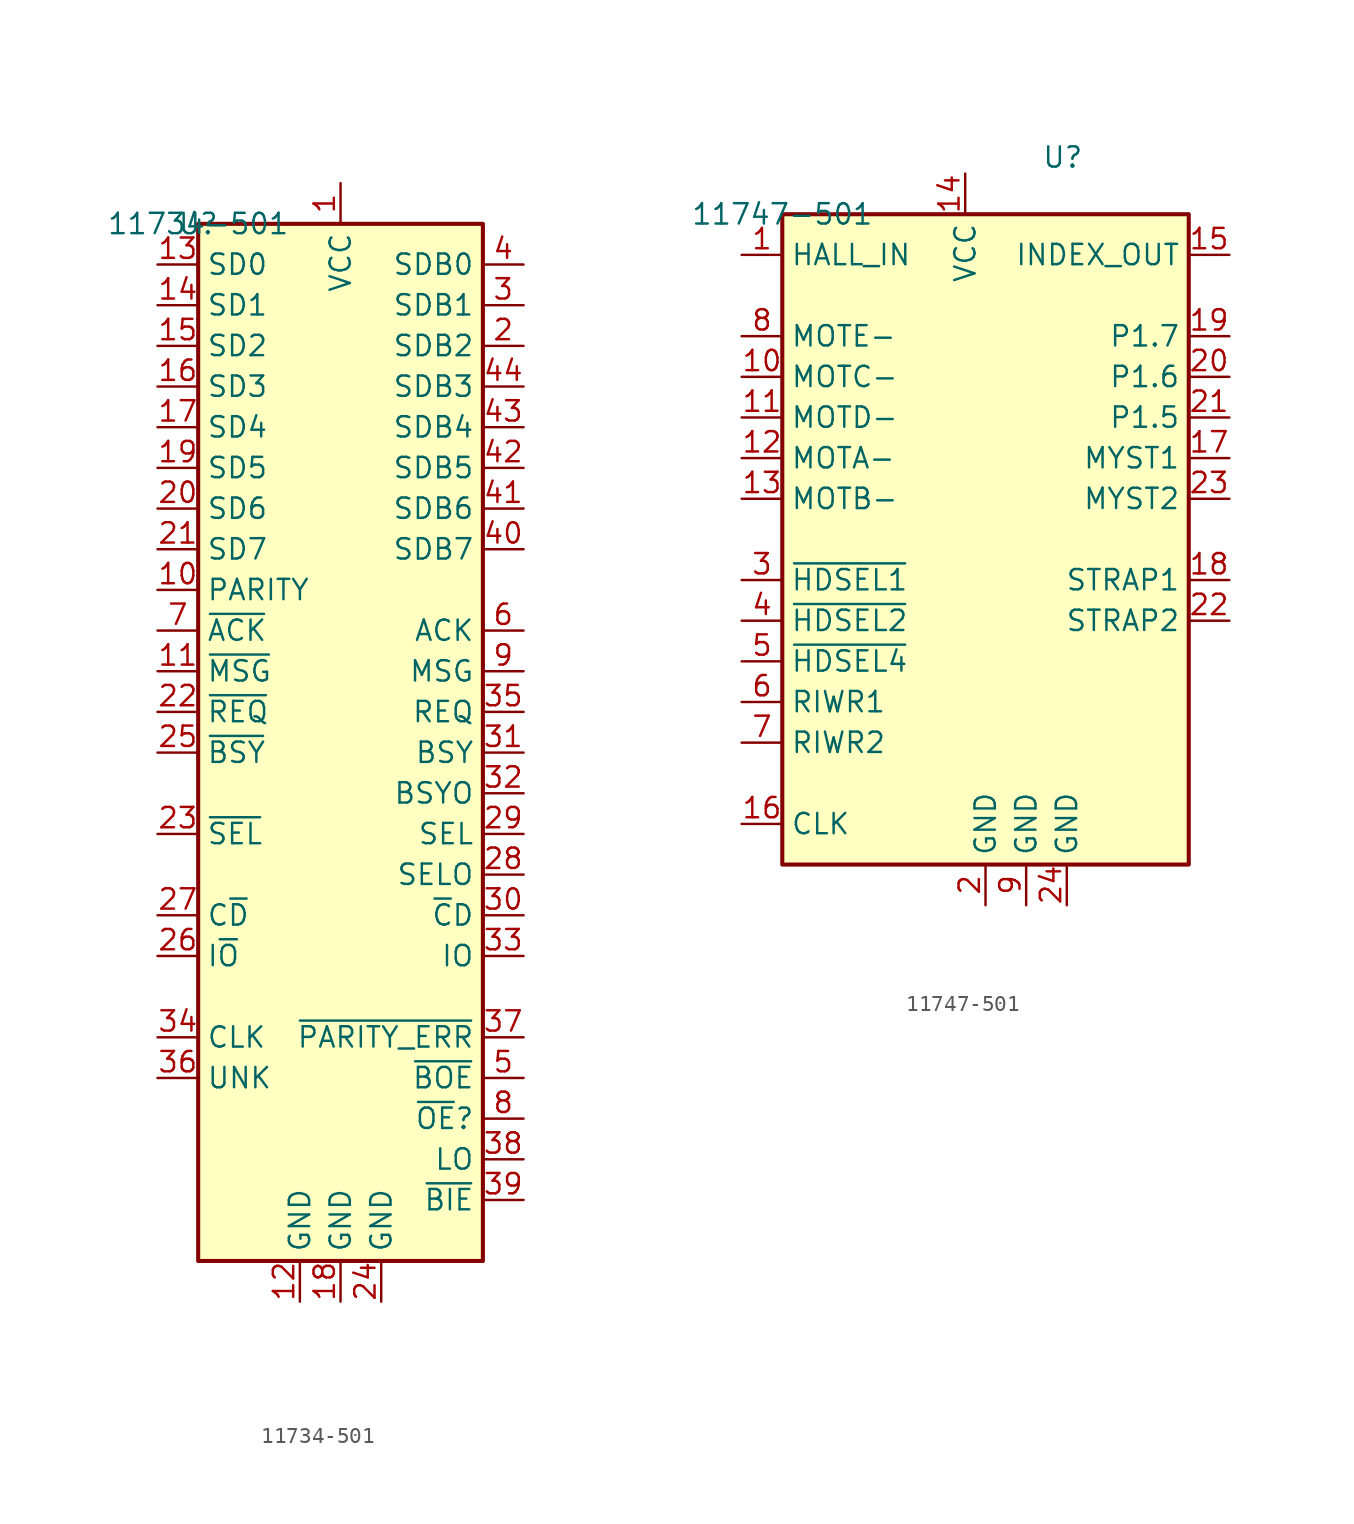
<source format=kicad_sym>
(kicad_symbol_lib
  (version 20231120)
  (generator "kicad_symbol_editor")
  (generator_version "8.0")
  (symbol "11734-501"
    (property "Reference" "U"
      (at 0 0 0)
      (effects (font (size 1.27 1.27))))
    (property "Value" "11734-501"
      (at 0 0 0)
      (effects (font (size 1.27 1.27))))
    (symbol "11734-501_1_1"
      (rectangle (start 0 0) (end 17.78 -64.77) (stroke (width 0.254) (type default)) (fill (type background)))
      (pin power_in line (at 8.89 2.54 270) (length 2.54) (name "VCC" (effects (font (size 1.27 1.27)))) (number "1" (effects (font (size 1.27 1.27)))))
      (pin bidirectional line (at -2.54 -22.86 0) (length 2.54) (name "PARITY" (effects (font (size 1.27 1.27)))) (number "10" (effects (font (size 1.27 1.27)))))
      (pin bidirectional line (at -2.54 -27.94 0) (length 2.54) (name "~{MSG}" (effects (font (size 1.27 1.27)))) (number "11" (effects (font (size 1.27 1.27)))))
      (pin power_in line (at 6.35 -67.31 90) (length 2.54) (name "GND" (effects (font (size 1.27 1.27)))) (number "12" (effects (font (size 1.27 1.27)))))
      (pin bidirectional line (at -2.54 -2.54 0) (length 2.54) (name "SD0" (effects (font (size 1.27 1.27)))) (number "13" (effects (font (size 1.27 1.27)))))
      (pin bidirectional line (at -2.54 -5.08 0) (length 2.54) (name "SD1" (effects (font (size 1.27 1.27)))) (number "14" (effects (font (size 1.27 1.27)))))
      (pin bidirectional line (at -2.54 -7.62 0) (length 2.54) (name "SD2" (effects (font (size 1.27 1.27)))) (number "15" (effects (font (size 1.27 1.27)))))
      (pin bidirectional line (at -2.54 -10.16 0) (length 2.54) (name "SD3" (effects (font (size 1.27 1.27)))) (number "16" (effects (font (size 1.27 1.27)))))
      (pin bidirectional line (at -2.54 -12.7 0) (length 2.54) (name "SD4" (effects (font (size 1.27 1.27)))) (number "17" (effects (font (size 1.27 1.27)))))
      (pin power_in line (at 8.89 -67.31 90) (length 2.54) (name "GND" (effects (font (size 1.27 1.27)))) (number "18" (effects (font (size 1.27 1.27)))))
      (pin bidirectional line (at -2.54 -15.24 0) (length 2.54) (name "SD5" (effects (font (size 1.27 1.27)))) (number "19" (effects (font (size 1.27 1.27)))))
      (pin bidirectional line (at 20.32 -7.62 180) (length 2.54) (name "SDB2" (effects (font (size 1.27 1.27)))) (number "2" (effects (font (size 1.27 1.27)))))
      (pin bidirectional line (at -2.54 -17.78 0) (length 2.54) (name "SD6" (effects (font (size 1.27 1.27)))) (number "20" (effects (font (size 1.27 1.27)))))
      (pin bidirectional line (at -2.54 -20.32 0) (length 2.54) (name "SD7" (effects (font (size 1.27 1.27)))) (number "21" (effects (font (size 1.27 1.27)))))
      (pin bidirectional line (at -2.54 -30.48 0) (length 2.54) (name "~{REQ}" (effects (font (size 1.27 1.27)))) (number "22" (effects (font (size 1.27 1.27)))))
      (pin bidirectional line (at -2.54 -38.1 0) (length 2.54) (name "~{SEL}" (effects (font (size 1.27 1.27)))) (number "23" (effects (font (size 1.27 1.27)))))
      (pin power_in line (at 11.43 -67.31 90) (length 2.54) (name "GND" (effects (font (size 1.27 1.27)))) (number "24" (effects (font (size 1.27 1.27)))))
      (pin bidirectional line (at -2.54 -33.02 0) (length 2.54) (name "~{BSY}" (effects (font (size 1.27 1.27)))) (number "25" (effects (font (size 1.27 1.27)))))
      (pin bidirectional line (at -2.54 -45.72 0) (length 2.54) (name "I~{O}" (effects (font (size 1.27 1.27)))) (number "26" (effects (font (size 1.27 1.27)))))
      (pin bidirectional line (at -2.54 -43.18 0) (length 2.54) (name "C~{D}" (effects (font (size 1.27 1.27)))) (number "27" (effects (font (size 1.27 1.27)))))
      (pin bidirectional line (at 20.32 -40.64 180) (length 2.54) (name "SELO" (effects (font (size 1.27 1.27)))) (number "28" (effects (font (size 1.27 1.27)))))
      (pin bidirectional line (at 20.32 -38.1 180) (length 2.54) (name "SEL" (effects (font (size 1.27 1.27)))) (number "29" (effects (font (size 1.27 1.27)))))
      (pin bidirectional line (at 20.32 -5.08 180) (length 2.54) (name "SDB1" (effects (font (size 1.27 1.27)))) (number "3" (effects (font (size 1.27 1.27)))))
      (pin bidirectional line (at 20.32 -43.18 180) (length 2.54) (name "~{C}D" (effects (font (size 1.27 1.27)))) (number "30" (effects (font (size 1.27 1.27)))))
      (pin bidirectional line (at 20.32 -33.02 180) (length 2.54) (name "BSY" (effects (font (size 1.27 1.27)))) (number "31" (effects (font (size 1.27 1.27)))))
      (pin bidirectional line (at 20.32 -35.56 180) (length 2.54) (name "BSYO" (effects (font (size 1.27 1.27)))) (number "32" (effects (font (size 1.27 1.27)))))
      (pin bidirectional line (at 20.32 -45.72 180) (length 2.54) (name "IO" (effects (font (size 1.27 1.27)))) (number "33" (effects (font (size 1.27 1.27)))))
      (pin input line (at -2.54 -50.8 0) (length 2.54) (name "CLK" (effects (font (size 1.27 1.27)))) (number "34" (effects (font (size 1.27 1.27)))))
      (pin bidirectional line (at 20.32 -30.48 180) (length 2.54) (name "REQ" (effects (font (size 1.27 1.27)))) (number "35" (effects (font (size 1.27 1.27)))))
      (pin input line (at -2.54 -53.34 0) (length 2.54) (name "UNK" (effects (font (size 1.27 1.27)))) (number "36" (effects (font (size 1.27 1.27)))))
      (pin output line (at 20.32 -50.8 180) (length 2.54) (name "~{PARITY_ERR}" (effects (font (size 1.27 1.27)))) (number "37" (effects (font (size 1.27 1.27)))))
      (pin unspecified line (at 20.32 -58.42 180) (length 2.54) (name "LO" (effects (font (size 1.27 1.27)))) (number "38" (effects (font (size 1.27 1.27)))))
      (pin input line (at 20.32 -60.96 180) (length 2.54) (name "~{BIE}" (effects (font (size 1.27 1.27)))) (number "39" (effects (font (size 1.27 1.27)))))
      (pin bidirectional line (at 20.32 -2.54 180) (length 2.54) (name "SDB0" (effects (font (size 1.27 1.27)))) (number "4" (effects (font (size 1.27 1.27)))))
      (pin bidirectional line (at 20.32 -20.32 180) (length 2.54) (name "SDB7" (effects (font (size 1.27 1.27)))) (number "40" (effects (font (size 1.27 1.27)))))
      (pin bidirectional line (at 20.32 -17.78 180) (length 2.54) (name "SDB6" (effects (font (size 1.27 1.27)))) (number "41" (effects (font (size 1.27 1.27)))))
      (pin bidirectional line (at 20.32 -15.24 180) (length 2.54) (name "SDB5" (effects (font (size 1.27 1.27)))) (number "42" (effects (font (size 1.27 1.27)))))
      (pin bidirectional line (at 20.32 -12.7 180) (length 2.54) (name "SDB4" (effects (font (size 1.27 1.27)))) (number "43" (effects (font (size 1.27 1.27)))))
      (pin bidirectional line (at 20.32 -10.16 180) (length 2.54) (name "SDB3" (effects (font (size 1.27 1.27)))) (number "44" (effects (font (size 1.27 1.27)))))
      (pin input line (at 20.32 -53.34 180) (length 2.54) (name "~{BOE}" (effects (font (size 1.27 1.27)))) (number "5" (effects (font (size 1.27 1.27)))))
      (pin bidirectional line (at 20.32 -25.4 180) (length 2.54) (name "ACK" (effects (font (size 1.27 1.27)))) (number "6" (effects (font (size 1.27 1.27)))))
      (pin bidirectional line (at -2.54 -25.4 0) (length 2.54) (name "~{ACK}" (effects (font (size 1.27 1.27)))) (number "7" (effects (font (size 1.27 1.27)))))
      (pin input line (at 20.32 -55.88 180) (length 2.54) (name "~{OE}?" (effects (font (size 1.27 1.27)))) (number "8" (effects (font (size 1.27 1.27)))))
      (pin bidirectional line (at 20.32 -27.94 180) (length 2.54) (name "MSG" (effects (font (size 1.27 1.27)))) (number "9" (effects (font (size 1.27 1.27)))))))
  (symbol "11747-501"
    (property "Reference" "U"
      (at 17.526 3.556 0)
      (effects (font (size 1.27 1.27))))
    (property "Value" "11747-501"
      (at 0 0 0)
      (effects (font (size 1.27 1.27))))
    (symbol "11747-501_1_1"
      (rectangle (start 0 0) (end 25.4 -40.64) (stroke (width 0.254) (type default)) (fill (type background)))
      (pin input line (at -2.54 -2.54 0) (length 2.54) (name "HALL_IN" (effects (font (size 1.27 1.27)))) (number "1" (effects (font (size 1.27 1.27)))))
      (pin input line (at -2.54 -10.16 0) (length 2.54) (name "MOTC-" (effects (font (size 1.27 1.27)))) (number "10" (effects (font (size 1.27 1.27)))))
      (pin input line (at -2.54 -12.7 0) (length 2.54) (name "MOTD-" (effects (font (size 1.27 1.27)))) (number "11" (effects (font (size 1.27 1.27)))))
      (pin input line (at -2.54 -15.24 0) (length 2.54) (name "MOTA-" (effects (font (size 1.27 1.27)))) (number "12" (effects (font (size 1.27 1.27)))))
      (pin input line (at -2.54 -17.78 0) (length 2.54) (name "MOTB-" (effects (font (size 1.27 1.27)))) (number "13" (effects (font (size 1.27 1.27)))))
      (pin power_in line (at 11.43 2.54 270) (length 2.54) (name "VCC" (effects (font (size 1.27 1.27)))) (number "14" (effects (font (size 1.27 1.27)))))
      (pin output line (at 27.94 -2.54 180) (length 2.54) (name "INDEX_OUT" (effects (font (size 1.27 1.27)))) (number "15" (effects (font (size 1.27 1.27)))))
      (pin input line (at -2.54 -38.1 0) (length 2.54) (name "CLK" (effects (font (size 1.27 1.27)))) (number "16" (effects (font (size 1.27 1.27)))))
      (pin input line (at 27.94 -15.24 180) (length 2.54) (name "MYST1" (effects (font (size 1.27 1.27)))) (number "17" (effects (font (size 1.27 1.27)))))
      (pin input line (at 27.94 -22.86 180) (length 2.54) (name "STRAP1" (effects (font (size 1.27 1.27)))) (number "18" (effects (font (size 1.27 1.27)))))
      (pin input line (at 27.94 -7.62 180) (length 2.54) (name "P1.7" (effects (font (size 1.27 1.27)))) (number "19" (effects (font (size 1.27 1.27)))))
      (pin power_in line (at 12.7 -43.18 90) (length 2.54) (name "GND" (effects (font (size 1.27 1.27)))) (number "2" (effects (font (size 1.27 1.27)))))
      (pin input line (at 27.94 -10.16 180) (length 2.54) (name "P1.6" (effects (font (size 1.27 1.27)))) (number "20" (effects (font (size 1.27 1.27)))))
      (pin input line (at 27.94 -12.7 180) (length 2.54) (name "P1.5" (effects (font (size 1.27 1.27)))) (number "21" (effects (font (size 1.27 1.27)))))
      (pin input line (at 27.94 -25.4 180) (length 2.54) (name "STRAP2" (effects (font (size 1.27 1.27)))) (number "22" (effects (font (size 1.27 1.27)))))
      (pin input line (at 27.94 -17.78 180) (length 2.54) (name "MYST2" (effects (font (size 1.27 1.27)))) (number "23" (effects (font (size 1.27 1.27)))))
      (pin power_in line (at 17.78 -43.18 90) (length 2.54) (name "GND" (effects (font (size 1.27 1.27)))) (number "24" (effects (font (size 1.27 1.27)))))
      (pin input line (at -2.54 -22.86 0) (length 2.54) (name "~{HDSEL1}" (effects (font (size 1.27 1.27)))) (number "3" (effects (font (size 1.27 1.27)))))
      (pin input line (at -2.54 -25.4 0) (length 2.54) (name "~{HDSEL2}" (effects (font (size 1.27 1.27)))) (number "4" (effects (font (size 1.27 1.27)))))
      (pin input line (at -2.54 -27.94 0) (length 2.54) (name "~{HDSEL4}" (effects (font (size 1.27 1.27)))) (number "5" (effects (font (size 1.27 1.27)))))
      (pin input line (at -2.54 -30.48 0) (length 2.54) (name "RIWR1" (effects (font (size 1.27 1.27)))) (number "6" (effects (font (size 1.27 1.27)))))
      (pin input line (at -2.54 -33.02 0) (length 2.54) (name "RIWR2" (effects (font (size 1.27 1.27)))) (number "7" (effects (font (size 1.27 1.27)))))
      (pin input line (at -2.54 -7.62 0) (length 2.54) (name "MOTE-" (effects (font (size 1.27 1.27)))) (number "8" (effects (font (size 1.27 1.27)))))
      (pin power_in line (at 15.24 -43.18 90) (length 2.54) (name "GND" (effects (font (size 1.27 1.27)))) (number "9" (effects (font (size 1.27 1.27))))))))
</source>
